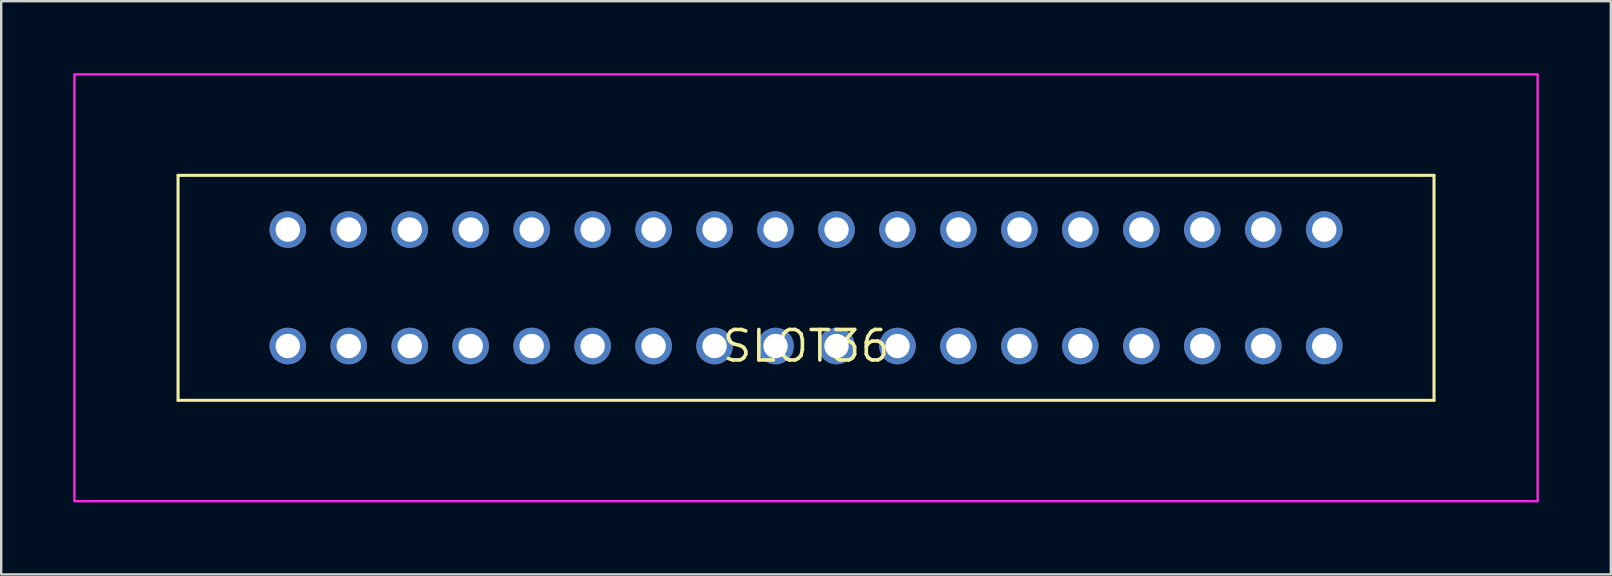
<source format=kicad_pcb>
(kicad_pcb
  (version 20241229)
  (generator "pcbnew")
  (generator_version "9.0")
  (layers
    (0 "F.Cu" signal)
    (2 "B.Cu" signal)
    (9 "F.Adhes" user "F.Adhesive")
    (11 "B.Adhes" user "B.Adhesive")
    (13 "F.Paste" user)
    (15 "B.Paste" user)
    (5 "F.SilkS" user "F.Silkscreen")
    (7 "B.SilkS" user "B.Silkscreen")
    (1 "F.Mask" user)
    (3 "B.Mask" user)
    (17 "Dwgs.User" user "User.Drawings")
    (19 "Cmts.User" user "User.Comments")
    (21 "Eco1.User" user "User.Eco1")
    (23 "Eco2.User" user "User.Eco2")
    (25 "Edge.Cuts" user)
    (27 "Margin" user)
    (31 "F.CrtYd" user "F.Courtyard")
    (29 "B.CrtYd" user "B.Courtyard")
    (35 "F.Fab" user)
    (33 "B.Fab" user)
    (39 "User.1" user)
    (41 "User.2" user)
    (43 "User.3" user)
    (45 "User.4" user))
  (footprint "SLOT36"
    (layer "F.Cu")
    (at 30.53 11.366)
    (property "Reference" "SLOT36" (at 0 0 0) (layer "F.SilkS") (effects (font (size 1.27 1.27) (thickness 0.15))))
    (fp_line (start -26.162 -7.112) (end 26.162 -7.112) (stroke (width 0.127) (type solid)) (layer "F.SilkS"))
    (fp_line (start -26.162 2.261) (end -26.162 -7.112) (stroke (width 0.127) (type solid)) (layer "F.SilkS"))
    (fp_line (start -26.162 2.261) (end 26.162 2.261) (stroke (width 0.127) (type solid)) (layer "F.SilkS"))
    (fp_line (start 26.162 -7.112) (end 26.162 2.261) (stroke (width 0.127) (type solid)) (layer "F.SilkS"))
    (fp_poly (pts (xy -30.48 6.464) (xy 30.48 6.464) (xy 30.48 -11.316) (xy -30.48 -11.316)) (stroke (width 0.1) (type default)) (fill no) (layer "F.CrtYd"))
    (pad "P$1" thru_hole circle (at -21.59 0) (size 1.524 1.524) (drill 1.016) (layers "*.Cu" "*.Mask"))
    (pad "P$2" thru_hole circle (at -19.05 0) (size 1.524 1.524) (drill 1.016) (layers "*.Cu" "*.Mask"))
    (pad "P$3" thru_hole circle (at -16.51 0) (size 1.524 1.524) (drill 1.016) (layers "*.Cu" "*.Mask"))
    (pad "P$4" thru_hole circle (at -13.97 0) (size 1.524 1.524) (drill 1.016) (layers "*.Cu" "*.Mask"))
    (pad "P$5" thru_hole circle (at -11.43 0) (size 1.524 1.524) (drill 1.016) (layers "*.Cu" "*.Mask"))
    (pad "P$6" thru_hole circle (at -8.89 0) (size 1.524 1.524) (drill 1.016) (layers "*.Cu" "*.Mask"))
    (pad "P$7" thru_hole circle (at -6.35 0) (size 1.524 1.524) (drill 1.016) (layers "*.Cu" "*.Mask"))
    (pad "P$8" thru_hole circle (at -3.81 0) (size 1.524 1.524) (drill 1.016) (layers "*.Cu" "*.Mask"))
    (pad "P$9" thru_hole circle (at -1.27 0) (size 1.524 1.524) (drill 1.016) (layers "*.Cu" "*.Mask"))
    (pad "P$10" thru_hole circle (at 1.27 0) (size 1.524 1.524) (drill 1.016) (layers "*.Cu" "*.Mask"))
    (pad "P$11" thru_hole circle (at 3.81 0) (size 1.524 1.524) (drill 1.016) (layers "*.Cu" "*.Mask"))
    (pad "P$12" thru_hole circle (at 6.35 0) (size 1.524 1.524) (drill 1.016) (layers "*.Cu" "*.Mask"))
    (pad "P$13" thru_hole circle (at 8.89 0) (size 1.524 1.524) (drill 1.016) (layers "*.Cu" "*.Mask"))
    (pad "P$14" thru_hole circle (at 11.43 0) (size 1.524 1.524) (drill 1.016) (layers "*.Cu" "*.Mask"))
    (pad "P$15" thru_hole circle (at 13.97 0) (size 1.524 1.524) (drill 1.016) (layers "*.Cu" "*.Mask"))
    (pad "P$16" thru_hole circle (at 16.51 0) (size 1.524 1.524) (drill 1.016) (layers "*.Cu" "*.Mask"))
    (pad "P$17" thru_hole circle (at 19.05 0) (size 1.524 1.524) (drill 1.016) (layers "*.Cu" "*.Mask"))
    (pad "P$18" thru_hole circle (at 21.59 0) (size 1.524 1.524) (drill 1.016) (layers "*.Cu" "*.Mask"))
    (pad "P$19" thru_hole circle (at -21.59 -4.851) (size 1.524 1.524) (drill 1.016) (layers "*.Cu" "*.Mask"))
    (pad "P$20" thru_hole circle (at -19.05 -4.851) (size 1.524 1.524) (drill 1.016) (layers "*.Cu" "*.Mask"))
    (pad "P$21" thru_hole circle (at -16.51 -4.851) (size 1.524 1.524) (drill 1.016) (layers "*.Cu" "*.Mask"))
    (pad "P$22" thru_hole circle (at -13.97 -4.851) (size 1.524 1.524) (drill 1.016) (layers "*.Cu" "*.Mask"))
    (pad "P$23" thru_hole circle (at -11.43 -4.851) (size 1.524 1.524) (drill 1.016) (layers "*.Cu" "*.Mask"))
    (pad "P$24" thru_hole circle (at -8.89 -4.851) (size 1.524 1.524) (drill 1.016) (layers "*.Cu" "*.Mask"))
    (pad "P$25" thru_hole circle (at -6.35 -4.851) (size 1.524 1.524) (drill 1.016) (layers "*.Cu" "*.Mask"))
    (pad "P$26" thru_hole circle (at -3.81 -4.851) (size 1.524 1.524) (drill 1.016) (layers "*.Cu" "*.Mask"))
    (pad "P$27" thru_hole circle (at -1.27 -4.851) (size 1.524 1.524) (drill 1.016) (layers "*.Cu" "*.Mask"))
    (pad "P$28" thru_hole circle (at 1.27 -4.851) (size 1.524 1.524) (drill 1.016) (layers "*.Cu" "*.Mask"))
    (pad "P$29" thru_hole circle (at 3.81 -4.851) (size 1.524 1.524) (drill 1.016) (layers "*.Cu" "*.Mask"))
    (pad "P$30" thru_hole circle (at 6.35 -4.851) (size 1.524 1.524) (drill 1.016) (layers "*.Cu" "*.Mask"))
    (pad "P$31" thru_hole circle (at 8.89 -4.851) (size 1.524 1.524) (drill 1.016) (layers "*.Cu" "*.Mask"))
    (pad "P$32" thru_hole circle (at 11.43 -4.851) (size 1.524 1.524) (drill 1.016) (layers "*.Cu" "*.Mask"))
    (pad "P$33" thru_hole circle (at 13.97 -4.851) (size 1.524 1.524) (drill 1.016) (layers "*.Cu" "*.Mask"))
    (pad "P$34" thru_hole circle (at 16.51 -4.851) (size 1.524 1.524) (drill 1.016) (layers "*.Cu" "*.Mask"))
    (pad "P$35" thru_hole circle (at 19.05 -4.851) (size 1.524 1.524) (drill 1.016) (layers "*.Cu" "*.Mask"))
    (pad "P$36" thru_hole circle (at 21.59 -4.851) (size 1.524 1.524) (drill 1.016) (layers "*.Cu" "*.Mask")))
  (gr_rect
    (start -3 -3)
    (end 64.06 20.88)
    (stroke (width 0.1) (type default))
    (fill no)
    (layer "Edge.Cuts")))
</source>
